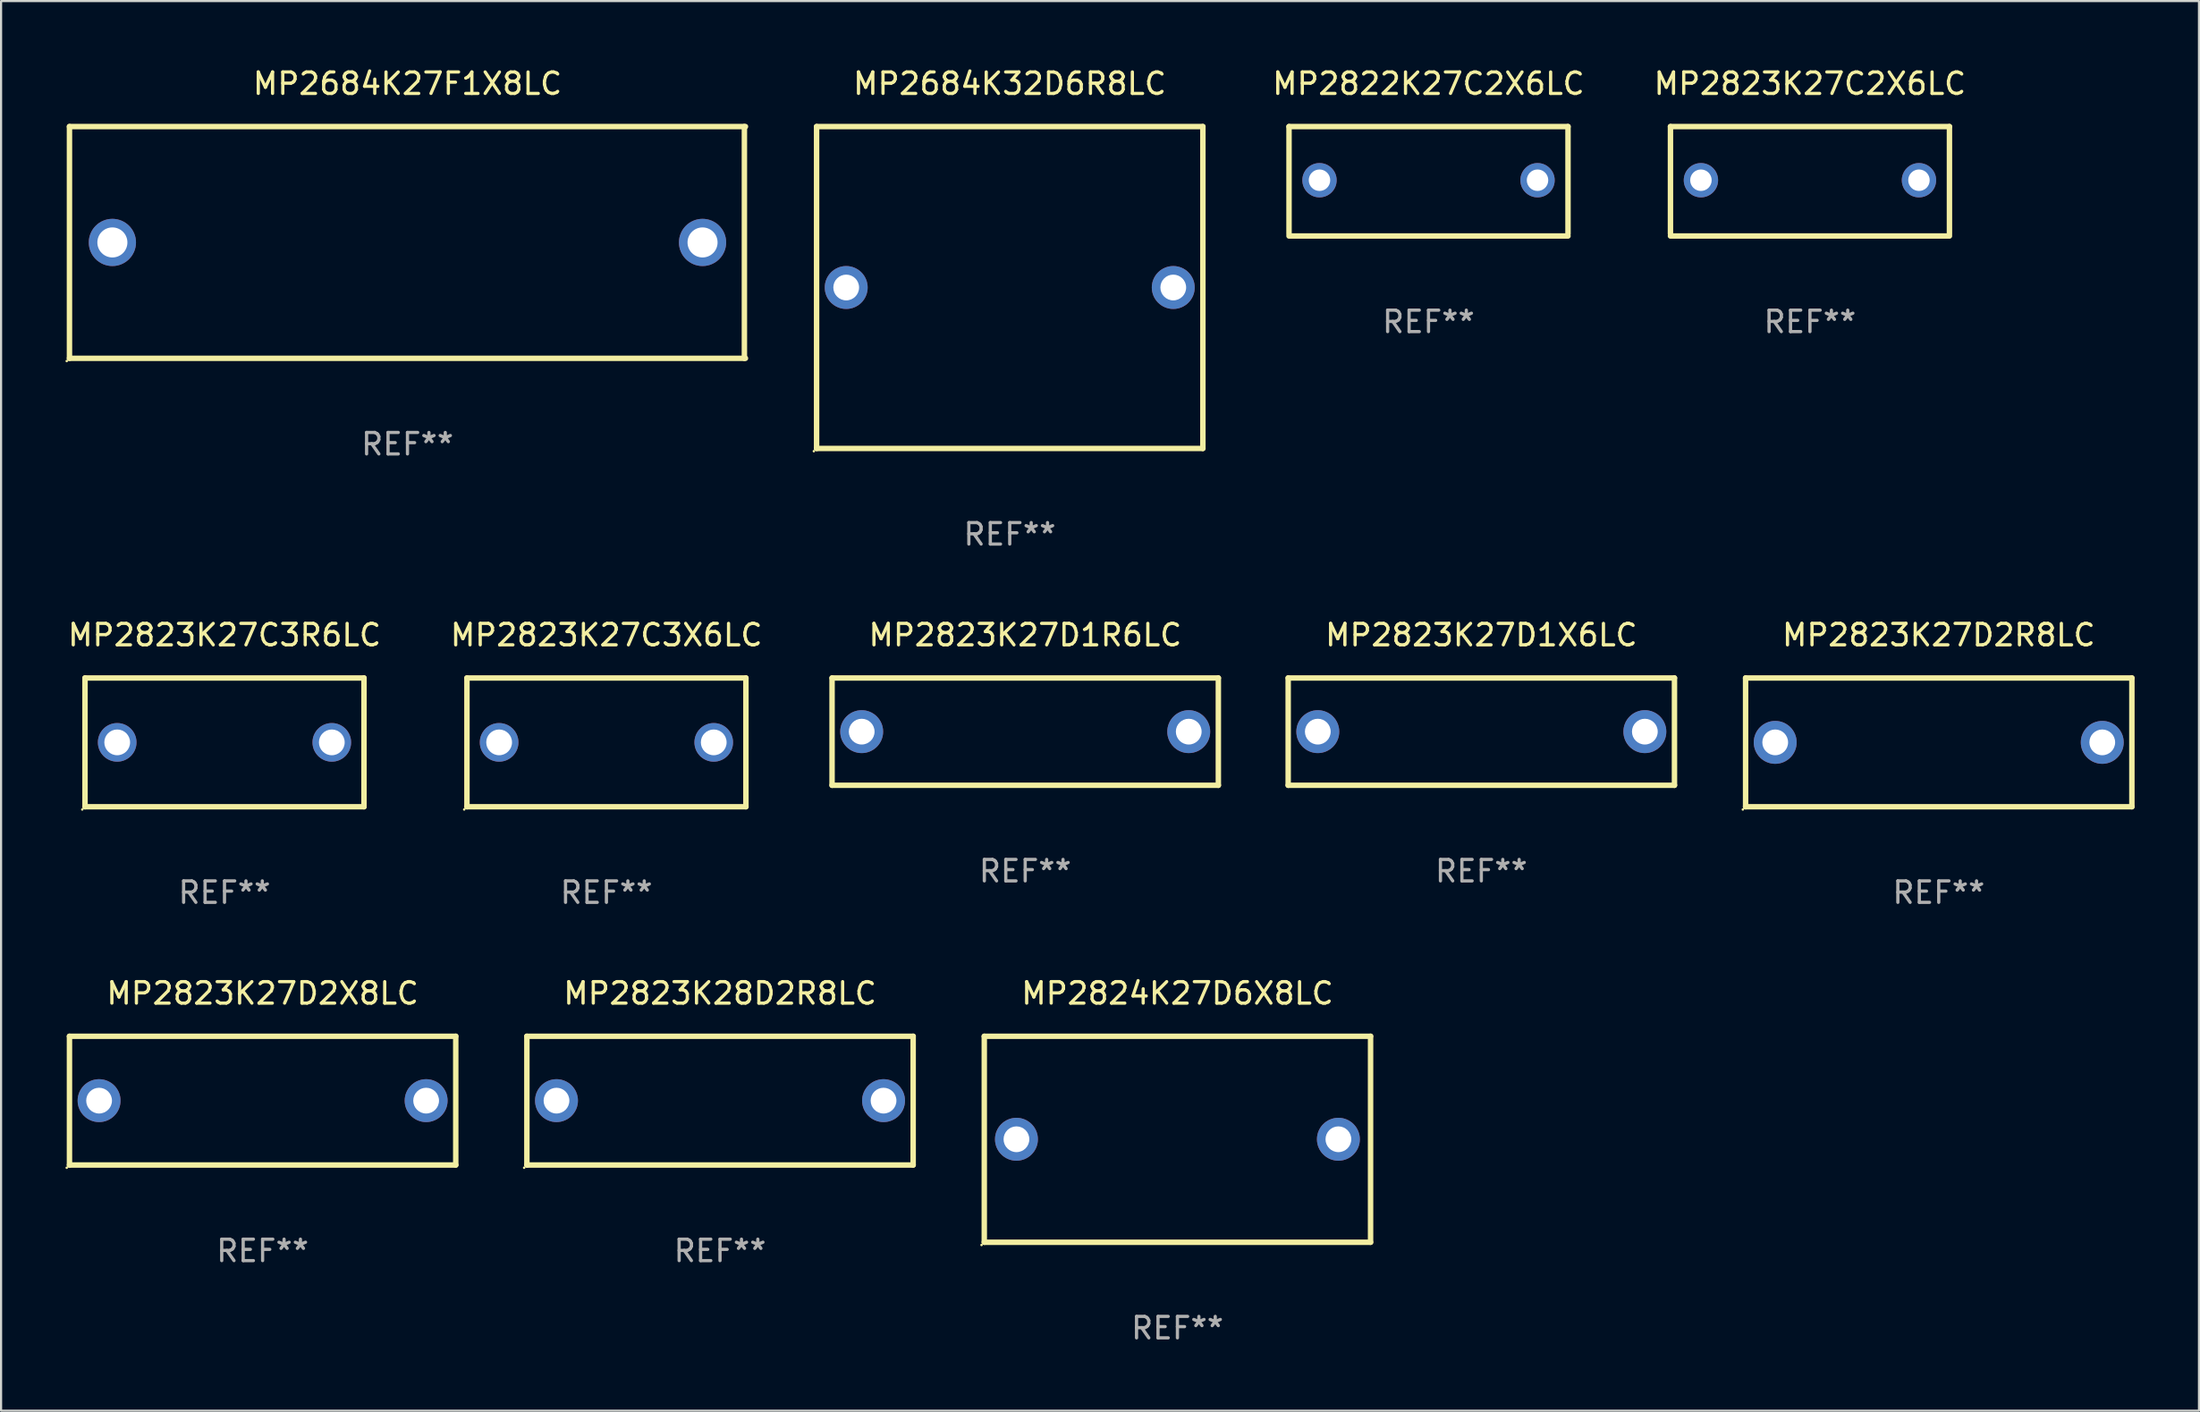
<source format=kicad_pcb>
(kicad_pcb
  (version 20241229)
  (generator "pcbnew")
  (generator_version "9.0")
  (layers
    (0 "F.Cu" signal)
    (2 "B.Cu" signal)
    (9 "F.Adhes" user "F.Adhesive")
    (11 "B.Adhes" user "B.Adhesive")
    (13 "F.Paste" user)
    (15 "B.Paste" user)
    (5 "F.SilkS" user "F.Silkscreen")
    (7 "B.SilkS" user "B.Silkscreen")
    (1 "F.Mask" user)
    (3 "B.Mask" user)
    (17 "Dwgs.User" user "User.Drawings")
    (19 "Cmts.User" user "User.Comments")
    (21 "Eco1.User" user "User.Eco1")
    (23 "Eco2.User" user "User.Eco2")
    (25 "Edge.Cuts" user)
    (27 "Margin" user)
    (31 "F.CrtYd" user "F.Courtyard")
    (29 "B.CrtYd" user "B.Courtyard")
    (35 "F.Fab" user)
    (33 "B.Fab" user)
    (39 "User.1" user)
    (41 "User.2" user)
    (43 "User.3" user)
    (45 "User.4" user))
  (footprint "MP2823K27D2R8LC"
    (layer "F.Cu")
    (at 87.29 31.545)
    (property "Reference" "MP2823K27D2R8LC" (at 0 -5 0) (layer "F.SilkS") (effects (font (size 1 1) (thickness 0.15))))
    (attr through_hole)
    (fp_line (start -9 -3) (end 9 -3) (stroke (width 0.254) (type solid)) (layer "F.SilkS"))
    (fp_line (start -9 3) (end -9 -3) (stroke (width 0.254) (type solid)) (layer "F.SilkS"))
    (fp_line (start 9 -3) (end 9 3) (stroke (width 0.254) (type solid)) (layer "F.SilkS"))
    (fp_line (start 9 3) (end -9 3) (stroke (width 0.254) (type solid)) (layer "F.SilkS"))
    (fp_circle (center -9.127 3.127) (end -9.097 3.127) (stroke (width 0.06) (type solid)) (fill no) (layer "F.SilkS"))
    (fp_text user "REF**" (at 0 7 0) (layer "F.Fab") (effects (font (size 1 1) (thickness 0.15))))
    (pad "1" thru_hole circle (at -7.62 0) (size 2 2) (drill 1.2) (layers "*.Cu" "*.Mask"))
    (pad "2" thru_hole circle (at 7.62 0) (size 2 2) (drill 1.2) (layers "*.Cu" "*.Mask")))
  (footprint "MP2823K27D2X8LC"
    (layer "F.Cu")
    (at 9.187 48.241)
    (property "Reference" "MP2823K27D2X8LC" (at 0 -5 0) (layer "F.SilkS") (effects (font (size 1 1) (thickness 0.15))))
    (attr through_hole)
    (fp_line (start -9 -3) (end 9 -3) (stroke (width 0.254) (type solid)) (layer "F.SilkS"))
    (fp_line (start -9 3) (end -9 -3) (stroke (width 0.254) (type solid)) (layer "F.SilkS"))
    (fp_line (start 9 -3) (end 9 3) (stroke (width 0.254) (type solid)) (layer "F.SilkS"))
    (fp_line (start 9 3) (end -9 3) (stroke (width 0.254) (type solid)) (layer "F.SilkS"))
    (fp_circle (center -9.127 3.127) (end -9.097 3.127) (stroke (width 0.06) (type solid)) (fill no) (layer "F.SilkS"))
    (fp_text user "REF**" (at 0 7 0) (layer "F.Fab") (effects (font (size 1 1) (thickness 0.15))))
    (pad "1" thru_hole circle (at -7.62 0) (size 2 2) (drill 1.2) (layers "*.Cu" "*.Mask"))
    (pad "2" thru_hole circle (at 7.62 0) (size 2 2) (drill 1.2) (layers "*.Cu" "*.Mask")))
  (footprint "MP2823K27C3X6LC"
    (layer "F.Cu")
    (at 25.208 31.545)
    (property "Reference" "MP2823K27C3X6LC" (at 0 -5 0) (layer "F.SilkS") (effects (font (size 1 1) (thickness 0.15))))
    (attr through_hole)
    (fp_line (start -6.5 -3) (end 6.5 -3) (stroke (width 0.254) (type solid)) (layer "F.SilkS"))
    (fp_line (start -6.5 3) (end -6.5 -3) (stroke (width 0.254) (type solid)) (layer "F.SilkS"))
    (fp_line (start -6.5 3) (end 6.5 3) (stroke (width 0.254) (type solid)) (layer "F.SilkS"))
    (fp_line (start 6.5 -3) (end 6.5 3) (stroke (width 0.254) (type solid)) (layer "F.SilkS"))
    (fp_circle (center -6.627 3.127) (end -6.597 3.127) (stroke (width 0.06) (type solid)) (fill no) (layer "F.SilkS"))
    (fp_text user "REF**" (at 0 7 0) (layer "F.Fab") (effects (font (size 1 1) (thickness 0.15))))
    (pad "1" thru_hole circle (at -5 0) (size 1.8 1.8) (drill 1.2) (layers "*.Cu" "*.Mask"))
    (pad "2" thru_hole circle (at 5 0) (size 1.8 1.8) (drill 1.2) (layers "*.Cu" "*.Mask")))
  (footprint "MP2823K27D1R6LC"
    (layer "F.Cu")
    (at 44.722 31.045)
    (property "Reference" "MP2823K27D1R6LC" (at 0 -4.5 0) (layer "F.SilkS") (effects (font (size 1 1) (thickness 0.15))))
    (attr through_hole)
    (fp_line (start -9 -2.5) (end 9 -2.5) (stroke (width 0.254) (type solid)) (layer "F.SilkS"))
    (fp_line (start -9 2.5) (end -9 -2.5) (stroke (width 0.254) (type solid)) (layer "F.SilkS"))
    (fp_line (start 9 -2.5) (end 9 2.5) (stroke (width 0.254) (type solid)) (layer "F.SilkS"))
    (fp_line (start 9 2.5) (end -9 2.5) (stroke (width 0.254) (type solid)) (layer "F.SilkS"))
    (fp_circle (center -9 2.5) (end -8.97 2.5) (stroke (width 0.06) (type solid)) (fill no) (layer "F.SilkS"))
    (fp_text user "REF**" (at 0 6.5 0) (layer "F.Fab") (effects (font (size 1 1) (thickness 0.15))))
    (pad "1" thru_hole circle (at -7.62 -0.000127) (size 2 2) (drill 1.2) (layers "*.Cu" "*.Mask"))
    (pad "2" thru_hole circle (at 7.62 -0.000127) (size 2 2) (drill 1.2) (layers "*.Cu" "*.Mask")))
  (footprint "MP2824K27D6X8LC"
    (layer "F.Cu")
    (at 51.815 50.041)
    (property "Reference" "MP2824K27D6X8LC" (at 0 -6.8 0) (layer "F.SilkS") (effects (font (size 1 1) (thickness 0.15))))
    (attr through_hole)
    (fp_line (start -9 -4.8) (end 9 -4.8) (stroke (width 0.254) (type solid)) (layer "F.SilkS"))
    (fp_line (start -9 4.8) (end -9 -4.8) (stroke (width 0.254) (type solid)) (layer "F.SilkS"))
    (fp_line (start 9 -4.8) (end 9 4.8) (stroke (width 0.254) (type solid)) (layer "F.SilkS"))
    (fp_line (start 9 4.8) (end -9 4.8) (stroke (width 0.254) (type solid)) (layer "F.SilkS"))
    (fp_circle (center -9.127 4.927) (end -9.097 4.927) (stroke (width 0.06) (type solid)) (fill no) (layer "F.SilkS"))
    (fp_text user "REF**" (at 0 8.8 0) (layer "F.Fab") (effects (font (size 1 1) (thickness 0.15))))
    (pad "1" thru_hole circle (at -7.501 0) (size 2 2) (drill 1.2) (layers "*.Cu" "*.Mask"))
    (pad "2" thru_hole circle (at 7.501 0) (size 2 2) (drill 1.2) (layers "*.Cu" "*.Mask")))
  (footprint "MP2823K27C2X6LC"
    (layer "F.Cu")
    (at 81.289 5.398)
    (property "Reference" "MP2823K27C2X6LC" (at 0 -4.55 0) (layer "F.SilkS") (effects (font (size 1 1) (thickness 0.15))))
    (attr through_hole)
    (fp_line (start -6.5 -2.55) (end 6.5 -2.55) (stroke (width 0.254) (type solid)) (layer "F.SilkS"))
    (fp_line (start -6.5 2.45) (end -6.5 -2.55) (stroke (width 0.254) (type solid)) (layer "F.SilkS"))
    (fp_line (start 6.5 -2.55) (end 6.5 2.45) (stroke (width 0.254) (type solid)) (layer "F.SilkS"))
    (fp_line (start 6.5 2.55) (end -6.5 2.55) (stroke (width 0.254) (type solid)) (layer "F.SilkS"))
    (fp_circle (center -6.5 2.45) (end -6.47 2.45) (stroke (width 0.06) (type solid)) (fill no) (layer "F.SilkS"))
    (fp_text user "REF**" (at 0 6.55 0) (layer "F.Fab") (effects (font (size 1 1) (thickness 0.15))))
    (pad "1" thru_hole circle (at -5.08 -0.05) (size 1.6 1.6) (drill 1) (layers "*.Cu" "*.Mask"))
    (pad "2" thru_hole circle (at 5.08 -0.05) (size 1.6 1.6) (drill 1) (layers "*.Cu" "*.Mask")))
  (footprint "MP2684K32D6R8LC"
    (layer "F.Cu")
    (at 44.001 10.348)
    (property "Reference" "MP2684K32D6R8LC" (at 0 -9.5 0) (layer "F.SilkS") (effects (font (size 1 1) (thickness 0.15))))
    (attr through_hole)
    (fp_line (start -9 -7.5) (end 9 -7.5) (stroke (width 0.254) (type solid)) (layer "F.SilkS"))
    (fp_line (start -9 7.5) (end -9 -7.5) (stroke (width 0.254) (type solid)) (layer "F.SilkS"))
    (fp_line (start -9 7.5) (end 9 7.5) (stroke (width 0.254) (type solid)) (layer "F.SilkS"))
    (fp_line (start 9 -7.5) (end 9 7.5) (stroke (width 0.254) (type solid)) (layer "F.SilkS"))
    (fp_circle (center -9.127 7.627) (end -9.097 7.627) (stroke (width 0.06) (type solid)) (fill no) (layer "F.SilkS"))
    (fp_text user "REF**" (at 0 11.5 0) (layer "F.Fab") (effects (font (size 1 1) (thickness 0.15))))
    (pad "1" thru_hole circle (at -7.62 0) (size 2 2) (drill 1.2) (layers "*.Cu" "*.Mask"))
    (pad "2" thru_hole circle (at 7.62 0) (size 2 2) (drill 1.2) (layers "*.Cu" "*.Mask")))
  (footprint "MP2822K27C2X6LC"
    (layer "F.Cu")
    (at 63.515 5.398)
    (property "Reference" "MP2822K27C2X6LC" (at 0 -4.55 0) (layer "F.SilkS") (effects (font (size 1 1) (thickness 0.15))))
    (attr through_hole)
    (fp_line (start -6.5 -2.55) (end 6.5 -2.55) (stroke (width 0.254) (type solid)) (layer "F.SilkS"))
    (fp_line (start -6.5 2.45) (end -6.5 -2.55) (stroke (width 0.254) (type solid)) (layer "F.SilkS"))
    (fp_line (start 6.5 -2.55) (end 6.5 2.45) (stroke (width 0.254) (type solid)) (layer "F.SilkS"))
    (fp_line (start 6.5 2.55) (end -6.5 2.55) (stroke (width 0.254) (type solid)) (layer "F.SilkS"))
    (fp_circle (center -6.5 2.45) (end -6.47 2.45) (stroke (width 0.06) (type solid)) (fill no) (layer "F.SilkS"))
    (fp_text user "REF**" (at 0 6.55 0) (layer "F.Fab") (effects (font (size 1 1) (thickness 0.15))))
    (pad "1" thru_hole circle (at -5.08 -0.05) (size 1.6 1.6) (drill 1) (layers "*.Cu" "*.Mask"))
    (pad "2" thru_hole circle (at 5.08 -0.05) (size 1.6 1.6) (drill 1) (layers "*.Cu" "*.Mask")))
  (footprint "MP2823K27C3R6LC"
    (layer "F.Cu")
    (at 7.411 31.545)
    (property "Reference" "MP2823K27C3R6LC" (at 0 -5 0) (layer "F.SilkS") (effects (font (size 1 1) (thickness 0.15))))
    (attr through_hole)
    (fp_line (start -6.5 -3) (end 6.5 -3) (stroke (width 0.254) (type solid)) (layer "F.SilkS"))
    (fp_line (start -6.5 3) (end -6.5 -3) (stroke (width 0.254) (type solid)) (layer "F.SilkS"))
    (fp_line (start -6.5 3) (end 6.5 3) (stroke (width 0.254) (type solid)) (layer "F.SilkS"))
    (fp_line (start 6.5 -3) (end 6.5 3) (stroke (width 0.254) (type solid)) (layer "F.SilkS"))
    (fp_circle (center -6.627 3.127) (end -6.597 3.127) (stroke (width 0.06) (type solid)) (fill no) (layer "F.SilkS"))
    (fp_text user "REF**" (at 0 7 0) (layer "F.Fab") (effects (font (size 1 1) (thickness 0.15))))
    (pad "1" thru_hole circle (at -5 0) (size 1.8 1.8) (drill 1.2) (layers "*.Cu" "*.Mask"))
    (pad "2" thru_hole circle (at 5 0) (size 1.8 1.8) (drill 1.2) (layers "*.Cu" "*.Mask")))
  (footprint "MP2823K28D2R8LC"
    (layer "F.Cu")
    (at 30.501 48.241)
    (property "Reference" "MP2823K28D2R8LC" (at 0 -5 0) (layer "F.SilkS") (effects (font (size 1 1) (thickness 0.15))))
    (attr through_hole)
    (fp_line (start -9 -3) (end 9 -3) (stroke (width 0.254) (type solid)) (layer "F.SilkS"))
    (fp_line (start -9 3) (end -9 -3) (stroke (width 0.254) (type solid)) (layer "F.SilkS"))
    (fp_line (start 9 -3) (end 9 3) (stroke (width 0.254) (type solid)) (layer "F.SilkS"))
    (fp_line (start 9 3) (end -9 3) (stroke (width 0.254) (type solid)) (layer "F.SilkS"))
    (fp_circle (center -9.127 3.127) (end -9.097 3.127) (stroke (width 0.06) (type solid)) (fill no) (layer "F.SilkS"))
    (fp_text user "REF**" (at 0 7 0) (layer "F.Fab") (effects (font (size 1 1) (thickness 0.15))))
    (pad "1" thru_hole circle (at -7.62 0) (size 2 2) (drill 1.2) (layers "*.Cu" "*.Mask"))
    (pad "2" thru_hole circle (at 7.62 0) (size 2 2) (drill 1.2) (layers "*.Cu" "*.Mask")))
  (footprint "MP2684K27F1X8LC"
    (layer "F.Cu")
    (at 15.937 8.248)
    (property "Reference" "MP2684K27F1X8LC" (at 0 -7.4 0) (layer "F.SilkS") (effects (font (size 1 1) (thickness 0.15))))
    (attr through_hole)
    (fp_line (start -15.75 -5.4) (end 15.75 -5.4) (stroke (width 0.254) (type solid)) (layer "F.SilkS"))
    (fp_line (start -15.75 5.4) (end -15.75 -5.4) (stroke (width 0.254) (type solid)) (layer "F.SilkS"))
    (fp_line (start 15.7 -5.4) (end 15.7 5.4) (stroke (width 0.254) (type solid)) (layer "F.SilkS"))
    (fp_line (start 15.75 5.4) (end -15.75 5.4) (stroke (width 0.254) (type solid)) (layer "F.SilkS"))
    (fp_circle (center -15.877 5.527) (end -15.847 5.527) (stroke (width 0.06) (type solid)) (fill no) (layer "F.SilkS"))
    (fp_text user "REF**" (at 0 9.4 0) (layer "F.Fab") (effects (font (size 1 1) (thickness 0.15))))
    (pad "1" thru_hole circle (at -13.75 0) (size 2.2 2.2) (drill 1.4) (layers "*.Cu" "*.Mask"))
    (pad "2" thru_hole circle (at 13.75 0) (size 2.2 2.2) (drill 1.4) (layers "*.Cu" "*.Mask")))
  (footprint "MP2823K27D1X6LC"
    (layer "F.Cu")
    (at 65.976 31.045)
    (property "Reference" "MP2823K27D1X6LC" (at 0 -4.5 0) (layer "F.SilkS") (effects (font (size 1 1) (thickness 0.15))))
    (attr through_hole)
    (fp_line (start -9 -2.5) (end 9 -2.5) (stroke (width 0.254) (type solid)) (layer "F.SilkS"))
    (fp_line (start -9 2.5) (end -9 -2.5) (stroke (width 0.254) (type solid)) (layer "F.SilkS"))
    (fp_line (start 9 -2.5) (end 9 2.5) (stroke (width 0.254) (type solid)) (layer "F.SilkS"))
    (fp_line (start 9 2.5) (end -9 2.5) (stroke (width 0.254) (type solid)) (layer "F.SilkS"))
    (fp_circle (center -9 2.5) (end -8.97 2.5) (stroke (width 0.06) (type solid)) (fill no) (layer "F.SilkS"))
    (fp_text user "REF**" (at 0 6.5 0) (layer "F.Fab") (effects (font (size 1 1) (thickness 0.15))))
    (pad "1" thru_hole circle (at -7.62 -0.000127) (size 2 2) (drill 1.2) (layers "*.Cu" "*.Mask"))
    (pad "2" thru_hole circle (at 7.62 -0.000127) (size 2 2) (drill 1.2) (layers "*.Cu" "*.Mask")))
  (gr_rect
    (start -3 -3)
    (end 99.417 62.69)
    (stroke (width 0.1) (type default))
    (fill no)
    (layer "Edge.Cuts")))
</source>
